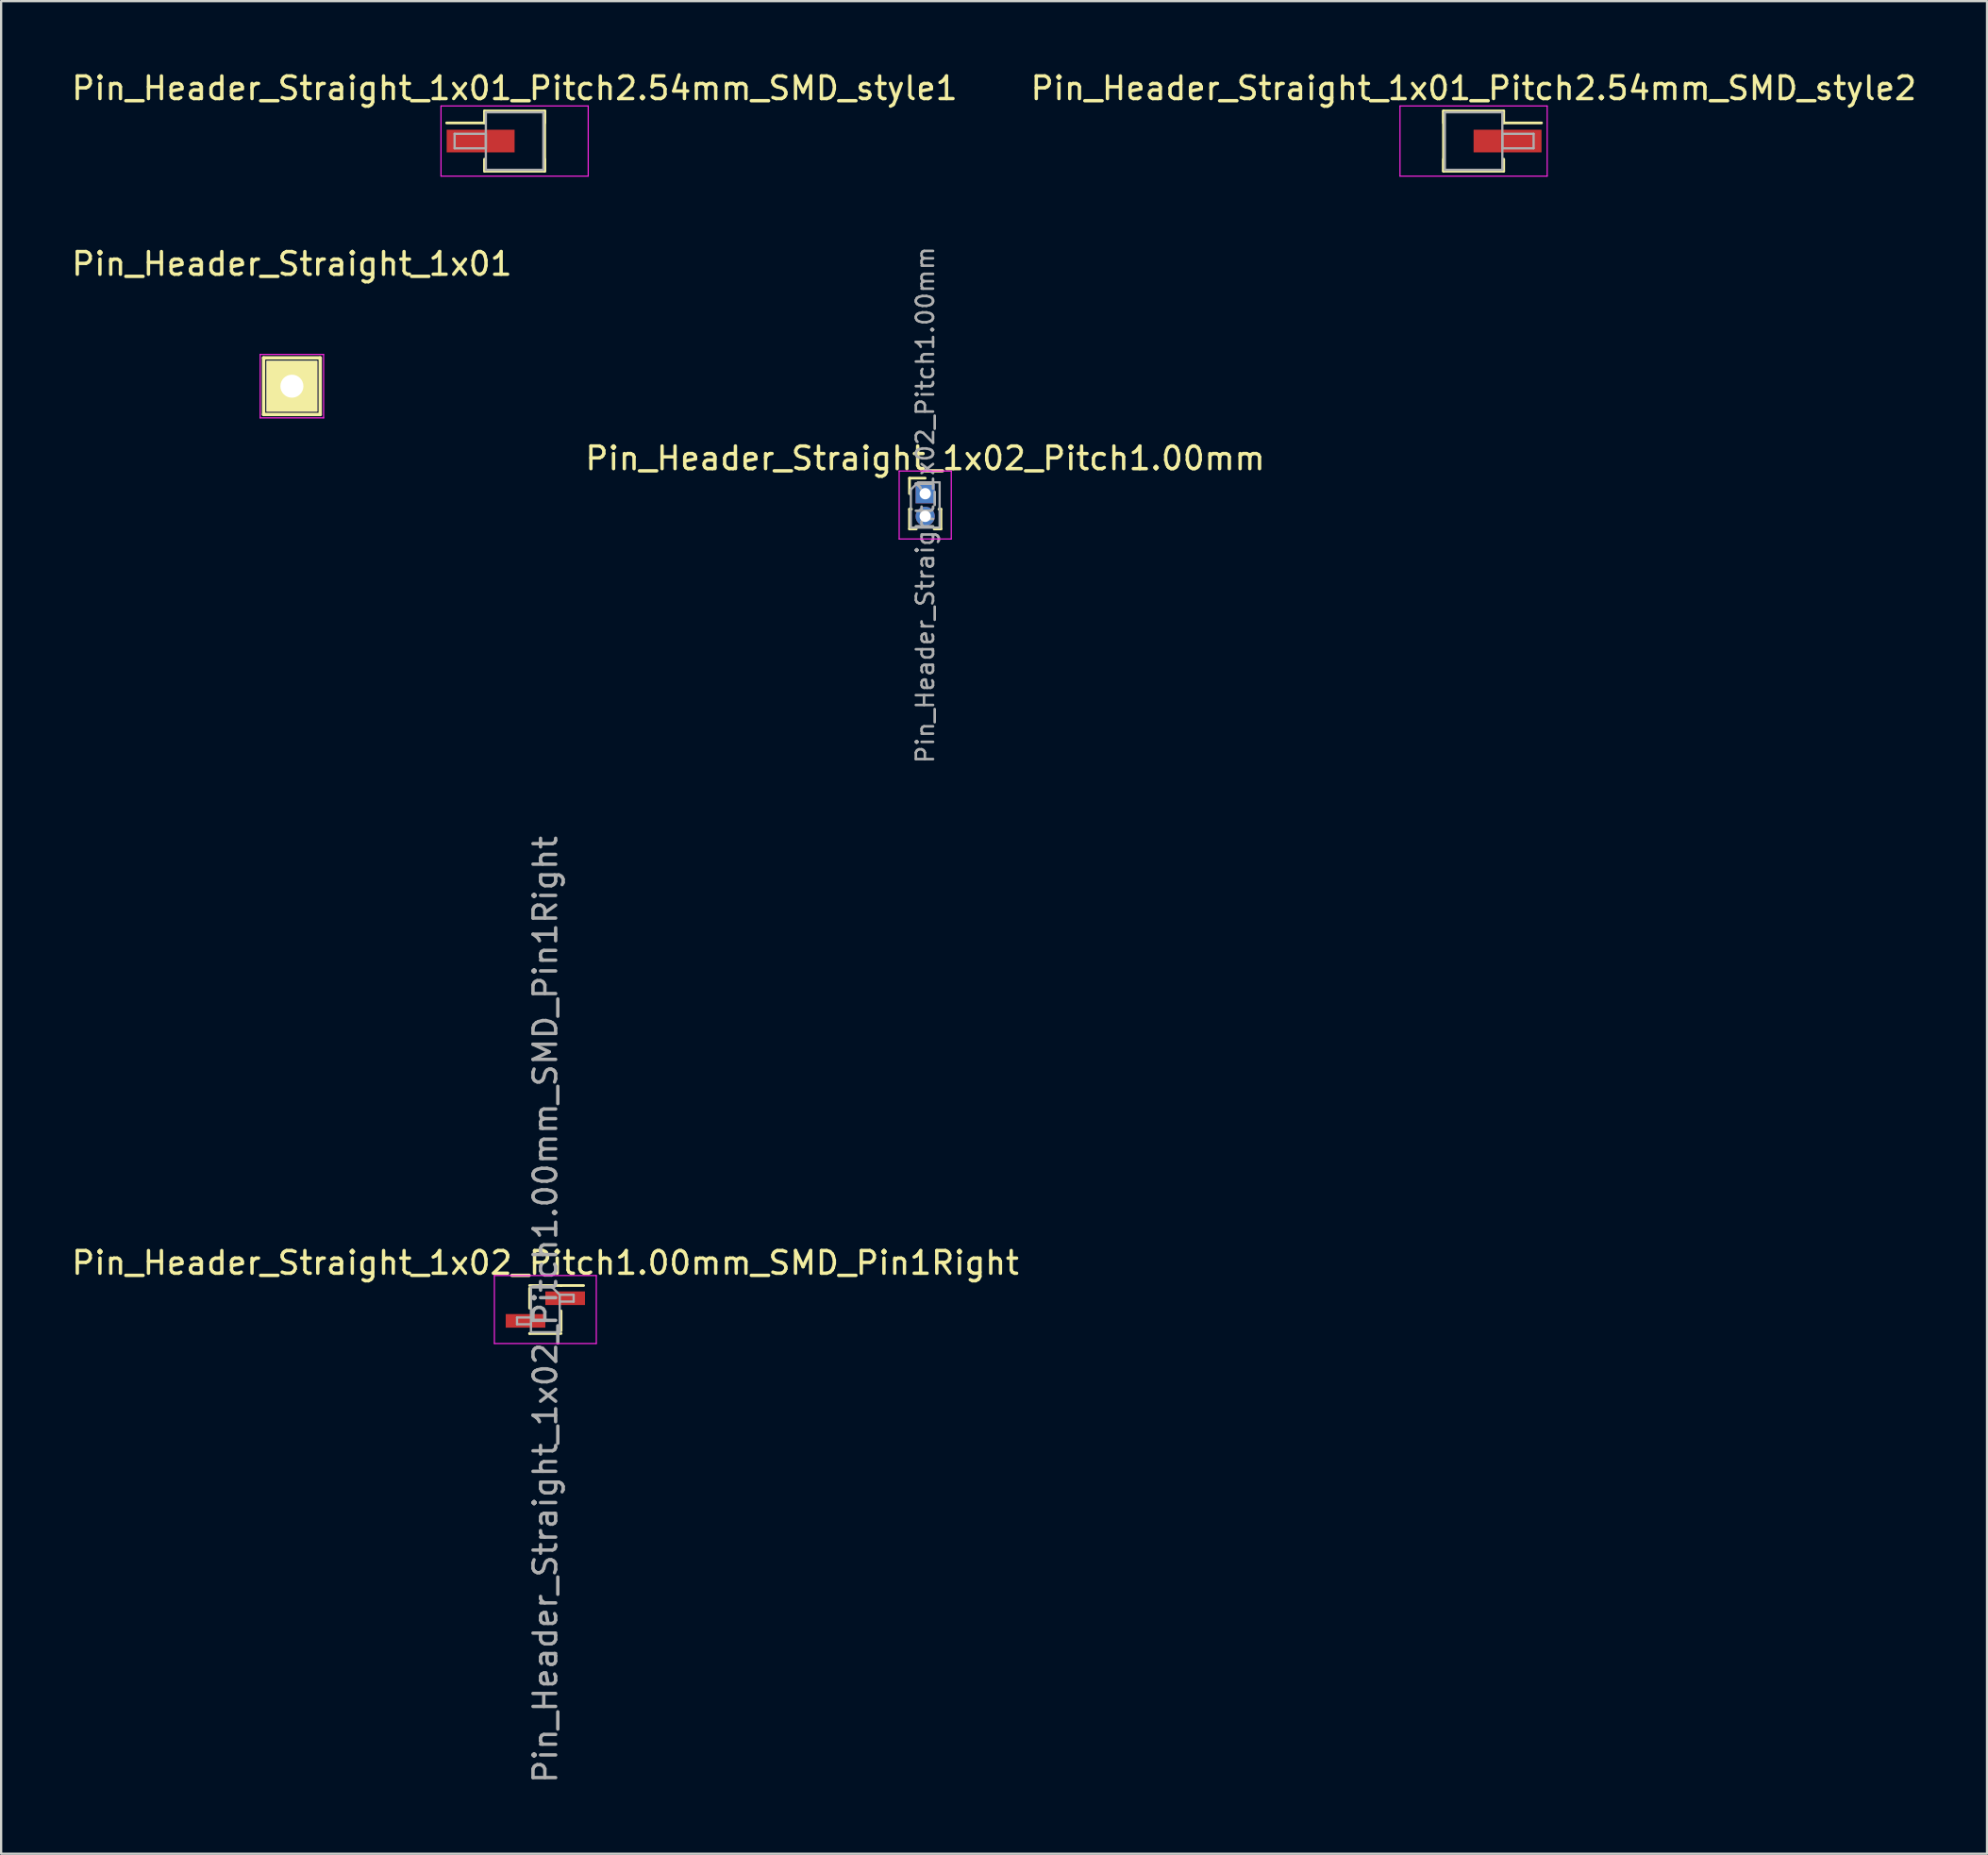
<source format=kicad_pcb>
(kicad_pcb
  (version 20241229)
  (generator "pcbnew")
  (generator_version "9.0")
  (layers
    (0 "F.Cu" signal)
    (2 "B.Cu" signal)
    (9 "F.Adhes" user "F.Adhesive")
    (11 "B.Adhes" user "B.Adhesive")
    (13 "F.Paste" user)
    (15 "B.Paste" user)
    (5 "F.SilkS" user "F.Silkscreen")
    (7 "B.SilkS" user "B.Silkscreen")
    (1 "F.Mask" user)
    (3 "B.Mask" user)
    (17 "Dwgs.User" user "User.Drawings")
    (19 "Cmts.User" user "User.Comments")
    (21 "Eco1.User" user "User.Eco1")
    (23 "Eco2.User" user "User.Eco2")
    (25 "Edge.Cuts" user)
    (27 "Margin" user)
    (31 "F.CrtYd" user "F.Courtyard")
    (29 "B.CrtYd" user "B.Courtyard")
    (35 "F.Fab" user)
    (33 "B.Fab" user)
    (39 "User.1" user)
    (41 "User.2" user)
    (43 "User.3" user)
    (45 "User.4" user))
  (footprint "Pin_Header_Straight_1x01"
    (layer "F.Cu")
    (at 9.839 14.002)
    (property "Reference" "Pin_Header_Straight_1x01" (at 0 -5.4 0) (layer "F.SilkS") (effects (font (size 1 1) (thickness 0.15))))
    (attr through_hole)
    (fp_line (start -1.25 -1.25) (end -1.25 1.25) (stroke (width 0.15) (type solid)) (layer "F.SilkS"))
    (fp_line (start -1.25 1.25) (end 1.25 1.25) (stroke (width 0.15) (type solid)) (layer "F.SilkS"))
    (fp_line (start 1.25 -1.25) (end -1.25 -1.25) (stroke (width 0.15) (type solid)) (layer "F.SilkS"))
    (fp_line (start 1.25 1.25) (end 1.25 -1.25) (stroke (width 0.15) (type solid)) (layer "F.SilkS"))
    (fp_line (start -1.4 -1.4) (end -1.4 1.4) (stroke (width 0.05) (type solid)) (layer "F.CrtYd"))
    (fp_line (start -1.4 -1.4) (end 1.4 -1.4) (stroke (width 0.05) (type solid)) (layer "F.CrtYd"))
    (fp_line (start -1.4 1.4) (end 1.4 1.4) (stroke (width 0.05) (type solid)) (layer "F.CrtYd"))
    (fp_line (start 1.4 -1.4) (end 1.4 1.4) (stroke (width 0.05) (type solid)) (layer "F.CrtYd"))
    (pad "1" thru_hole rect (at 0 0) (size 2.25 2.25) (drill 1.016) (layers "*.Cu" "*.Mask" "F.SilkS")))
  (footprint "Pin_Header_Straight_1x02_Pitch1.00mm"
    (layer "F.Cu")
    (at 37.804 18.748)
    (property "Reference" "Pin_Header_Straight_1x02_Pitch1.00mm" (at 0 -1.56 0) (layer "F.SilkS") (effects (font (size 1 1) (thickness 0.15))))
    (attr through_hole)
    (fp_line (start -0.695 -0.685) (end 0 -0.685) (stroke (width 0.12) (type solid)) (layer "F.SilkS"))
    (fp_line (start -0.695 0) (end -0.695 -0.685) (stroke (width 0.12) (type solid)) (layer "F.SilkS"))
    (fp_line (start -0.695 0.685) (end -0.695 1.56) (stroke (width 0.12) (type solid)) (layer "F.SilkS"))
    (fp_line (start -0.695 0.685) (end -0.608 0.685) (stroke (width 0.12) (type solid)) (layer "F.SilkS"))
    (fp_line (start -0.695 1.56) (end -0.394 1.56) (stroke (width 0.12) (type solid)) (layer "F.SilkS"))
    (fp_line (start 0.394 1.56) (end 0.695 1.56) (stroke (width 0.12) (type solid)) (layer "F.SilkS"))
    (fp_line (start 0.608 0.685) (end 0.695 0.685) (stroke (width 0.12) (type solid)) (layer "F.SilkS"))
    (fp_line (start 0.695 0.685) (end 0.695 1.56) (stroke (width 0.12) (type solid)) (layer "F.SilkS"))
    (fp_line (start -1.15 -1) (end -1.15 2) (stroke (width 0.05) (type solid)) (layer "F.CrtYd"))
    (fp_line (start -1.15 2) (end 1.15 2) (stroke (width 0.05) (type solid)) (layer "F.CrtYd"))
    (fp_line (start 1.15 -1) (end -1.15 -1) (stroke (width 0.05) (type solid)) (layer "F.CrtYd"))
    (fp_line (start 1.15 2) (end 1.15 -1) (stroke (width 0.05) (type solid)) (layer "F.CrtYd"))
    (fp_line (start -0.635 -0.182) (end -0.318 -0.5) (stroke (width 0.1) (type solid)) (layer "F.Fab"))
    (fp_line (start -0.635 1.5) (end -0.635 -0.182) (stroke (width 0.1) (type solid)) (layer "F.Fab"))
    (fp_line (start -0.318 -0.5) (end 0.635 -0.5) (stroke (width 0.1) (type solid)) (layer "F.Fab"))
    (fp_line (start 0.635 -0.5) (end 0.635 1.5) (stroke (width 0.1) (type solid)) (layer "F.Fab"))
    (fp_line (start 0.635 1.5) (end -0.635 1.5) (stroke (width 0.1) (type solid)) (layer "F.Fab"))
    (fp_text user "${REFERENCE}" (at 0 0.5 90) (layer "F.Fab") (effects (font (size 0.76 0.76) (thickness 0.114))))
    (pad "1" thru_hole rect (at 0 0) (size 0.85 0.85) (drill 0.5) (layers "*.Cu" "*.Mask"))
    (pad "2" thru_hole oval (at 0 1) (size 0.85 0.85) (drill 0.5) (layers "*.Cu" "*.Mask")))
  (footprint "Pin_Header_Straight_1x01_Pitch2.54mm_SMD_style2"
    (layer "F.Cu")
    (at 62.018 3.178)
    (property "Reference" "Pin_Header_Straight_1x01_Pitch2.54mm_SMD_style2" (at 0 -2.33 0) (layer "F.SilkS") (effects (font (size 1 1) (thickness 0.15))))
    (attr smd)
    (fp_line (start -1.33 -1.33) (end -1.33 1.33) (stroke (width 0.12) (type solid)) (layer "F.SilkS"))
    (fp_line (start -1.33 -1.33) (end 1.33 -1.33) (stroke (width 0.12) (type solid)) (layer "F.SilkS"))
    (fp_line (start -1.33 -0.8) (end -1.33 -1.33) (stroke (width 0.12) (type solid)) (layer "F.SilkS"))
    (fp_line (start -1.33 0.8) (end -1.33 1.33) (stroke (width 0.12) (type solid)) (layer "F.SilkS"))
    (fp_line (start -1.33 1.33) (end 1.33 1.33) (stroke (width 0.12) (type solid)) (layer "F.SilkS"))
    (fp_line (start 1.33 -1.33) (end 1.33 -0.8) (stroke (width 0.12) (type solid)) (layer "F.SilkS"))
    (fp_line (start 1.33 -0.8) (end 3 -0.8) (stroke (width 0.12) (type solid)) (layer "F.SilkS"))
    (fp_line (start 1.33 1.33) (end 1.33 0.8) (stroke (width 0.12) (type solid)) (layer "F.SilkS"))
    (fp_line (start -3.25 -1.55) (end -3.25 1.55) (stroke (width 0.05) (type solid)) (layer "F.CrtYd"))
    (fp_line (start -3.25 1.55) (end 3.25 1.55) (stroke (width 0.05) (type solid)) (layer "F.CrtYd"))
    (fp_line (start 3.25 -1.55) (end -3.25 -1.55) (stroke (width 0.05) (type solid)) (layer "F.CrtYd"))
    (fp_line (start 3.25 1.55) (end 3.25 -1.55) (stroke (width 0.05) (type solid)) (layer "F.CrtYd"))
    (fp_line (start -1.27 -1.27) (end -1.27 1.27) (stroke (width 0.1) (type solid)) (layer "F.Fab"))
    (fp_line (start -1.27 1.27) (end 1.27 1.27) (stroke (width 0.1) (type solid)) (layer "F.Fab"))
    (fp_line (start 1.27 -1.27) (end -1.27 -1.27) (stroke (width 0.1) (type solid)) (layer "F.Fab"))
    (fp_line (start 1.27 -0.32) (end 1.27 0.32) (stroke (width 0.1) (type solid)) (layer "F.Fab"))
    (fp_line (start 1.27 0.32) (end 2.65 0.32) (stroke (width 0.1) (type solid)) (layer "F.Fab"))
    (fp_line (start 1.27 1.27) (end 1.27 -1.27) (stroke (width 0.1) (type solid)) (layer "F.Fab"))
    (fp_line (start 2.65 -0.32) (end 1.27 -0.32) (stroke (width 0.1) (type solid)) (layer "F.Fab"))
    (fp_line (start 2.65 0.32) (end 2.65 -0.32) (stroke (width 0.1) (type solid)) (layer "F.Fab"))
    (pad "1" smd rect (at 1.5 0) (size 3 1) (layers "F.Cu" "F.Mask")))
  (footprint "Pin_Header_Straight_1x02_Pitch1.00mm_SMD_Pin1Right"
    (layer "F.Cu")
    (at 21.03 54.773)
    (property "Reference" "Pin_Header_Straight_1x02_Pitch1.00mm_SMD_Pin1Right" (at 0 -2.06 0) (layer "F.SilkS") (effects (font (size 1 1) (thickness 0.15))))
    (attr smd)
    (fp_line (start -0.695 -1.06) (end 0.695 -1.06) (stroke (width 0.12) (type solid)) (layer "F.SilkS"))
    (fp_line (start -0.695 -0.94) (end -0.695 -0.06) (stroke (width 0.12) (type solid)) (layer "F.SilkS"))
    (fp_line (start -0.695 1.06) (end -0.695 1.06) (stroke (width 0.12) (type solid)) (layer "F.SilkS"))
    (fp_line (start -0.695 1.06) (end 0.695 1.06) (stroke (width 0.12) (type solid)) (layer "F.SilkS"))
    (fp_line (start 0.695 -1.06) (end 0.695 -1.06) (stroke (width 0.12) (type solid)) (layer "F.SilkS"))
    (fp_line (start 0.695 -1.06) (end 1.69 -1.06) (stroke (width 0.12) (type solid)) (layer "F.SilkS"))
    (fp_line (start 0.695 0.06) (end 0.695 0.94) (stroke (width 0.12) (type solid)) (layer "F.SilkS"))
    (fp_line (start -2.25 -1.5) (end -2.25 1.5) (stroke (width 0.05) (type solid)) (layer "F.CrtYd"))
    (fp_line (start -2.25 1.5) (end 2.25 1.5) (stroke (width 0.05) (type solid)) (layer "F.CrtYd"))
    (fp_line (start 2.25 -1.5) (end -2.25 -1.5) (stroke (width 0.05) (type solid)) (layer "F.CrtYd"))
    (fp_line (start 2.25 1.5) (end 2.25 -1.5) (stroke (width 0.05) (type solid)) (layer "F.CrtYd"))
    (fp_line (start -1.25 0.35) (end -1.25 0.65) (stroke (width 0.1) (type solid)) (layer "F.Fab"))
    (fp_line (start -1.25 0.65) (end -0.635 0.65) (stroke (width 0.1) (type solid)) (layer "F.Fab"))
    (fp_line (start -0.635 -1) (end -0.635 1) (stroke (width 0.1) (type solid)) (layer "F.Fab"))
    (fp_line (start -0.635 -1) (end 0.285 -1) (stroke (width 0.1) (type solid)) (layer "F.Fab"))
    (fp_line (start -0.635 0.35) (end -1.25 0.35) (stroke (width 0.1) (type solid)) (layer "F.Fab"))
    (fp_line (start 0.635 -0.65) (end 0.285 -1) (stroke (width 0.1) (type solid)) (layer "F.Fab"))
    (fp_line (start 0.635 -0.65) (end 1.25 -0.65) (stroke (width 0.1) (type solid)) (layer "F.Fab"))
    (fp_line (start 0.635 1) (end -0.635 1) (stroke (width 0.1) (type solid)) (layer "F.Fab"))
    (fp_line (start 0.635 1) (end 0.635 -0.65) (stroke (width 0.1) (type solid)) (layer "F.Fab"))
    (fp_line (start 1.25 -0.65) (end 1.25 -0.35) (stroke (width 0.1) (type solid)) (layer "F.Fab"))
    (fp_line (start 1.25 -0.35) (end 0.635 -0.35) (stroke (width 0.1) (type solid)) (layer "F.Fab"))
    (fp_text user "${REFERENCE}" (at 0 0 90) (layer "F.Fab") (effects (font (size 1 1) (thickness 0.15))))
    (pad "1" smd rect (at 0.875 -0.5) (size 1.75 0.6) (layers "F.Cu" "F.Mask" "F.Paste"))
    (pad "2" smd rect (at -0.875 0.5) (size 1.75 0.6) (layers "F.Cu" "F.Mask" "F.Paste")))
  (footprint "Pin_Header_Straight_1x01_Pitch2.54mm_SMD_style1"
    (layer "F.Cu")
    (at 19.673 3.178)
    (property "Reference" "Pin_Header_Straight_1x01_Pitch2.54mm_SMD_style1" (at 0 -2.33 0) (layer "F.SilkS") (effects (font (size 1 1) (thickness 0.15))))
    (attr smd)
    (fp_line (start -1.33 -1.33) (end 1.33 -1.33) (stroke (width 0.12) (type solid)) (layer "F.SilkS"))
    (fp_line (start -1.33 -0.8) (end -3 -0.8) (stroke (width 0.12) (type solid)) (layer "F.SilkS"))
    (fp_line (start -1.33 -0.8) (end -1.33 -1.33) (stroke (width 0.12) (type solid)) (layer "F.SilkS"))
    (fp_line (start -1.33 0.8) (end -1.33 1.33) (stroke (width 0.12) (type solid)) (layer "F.SilkS"))
    (fp_line (start -1.33 1.33) (end 1.33 1.33) (stroke (width 0.12) (type solid)) (layer "F.SilkS"))
    (fp_line (start 1.33 -1.33) (end 1.33 -0.8) (stroke (width 0.12) (type solid)) (layer "F.SilkS"))
    (fp_line (start 1.33 -1.33) (end 1.33 1.33) (stroke (width 0.12) (type solid)) (layer "F.SilkS"))
    (fp_line (start 1.33 1.33) (end 1.33 0.8) (stroke (width 0.12) (type solid)) (layer "F.SilkS"))
    (fp_line (start -3.25 -1.55) (end -3.25 1.55) (stroke (width 0.05) (type solid)) (layer "F.CrtYd"))
    (fp_line (start -3.25 1.55) (end 3.25 1.55) (stroke (width 0.05) (type solid)) (layer "F.CrtYd"))
    (fp_line (start 3.25 -1.55) (end -3.25 -1.55) (stroke (width 0.05) (type solid)) (layer "F.CrtYd"))
    (fp_line (start 3.25 1.55) (end 3.25 -1.55) (stroke (width 0.05) (type solid)) (layer "F.CrtYd"))
    (fp_line (start -2.65 -0.32) (end -1.27 -0.32) (stroke (width 0.1) (type solid)) (layer "F.Fab"))
    (fp_line (start -2.65 0.32) (end -2.65 -0.32) (stroke (width 0.1) (type solid)) (layer "F.Fab"))
    (fp_line (start -1.27 -1.27) (end -1.27 1.27) (stroke (width 0.1) (type solid)) (layer "F.Fab"))
    (fp_line (start -1.27 -0.32) (end -1.27 0.32) (stroke (width 0.1) (type solid)) (layer "F.Fab"))
    (fp_line (start -1.27 0.32) (end -2.65 0.32) (stroke (width 0.1) (type solid)) (layer "F.Fab"))
    (fp_line (start -1.27 1.27) (end 1.27 1.27) (stroke (width 0.1) (type solid)) (layer "F.Fab"))
    (fp_line (start 1.27 -1.27) (end -1.27 -1.27) (stroke (width 0.1) (type solid)) (layer "F.Fab"))
    (fp_line (start 1.27 1.27) (end 1.27 -1.27) (stroke (width 0.1) (type solid)) (layer "F.Fab"))
    (pad "1" smd rect (at -1.5 0) (size 3 1) (layers "F.Cu" "F.Mask")))
  (gr_rect
    (start -3 -3)
    (end 84.69 78.803)
    (stroke (width 0.1) (type default))
    (fill no)
    (layer "Edge.Cuts")))
</source>
